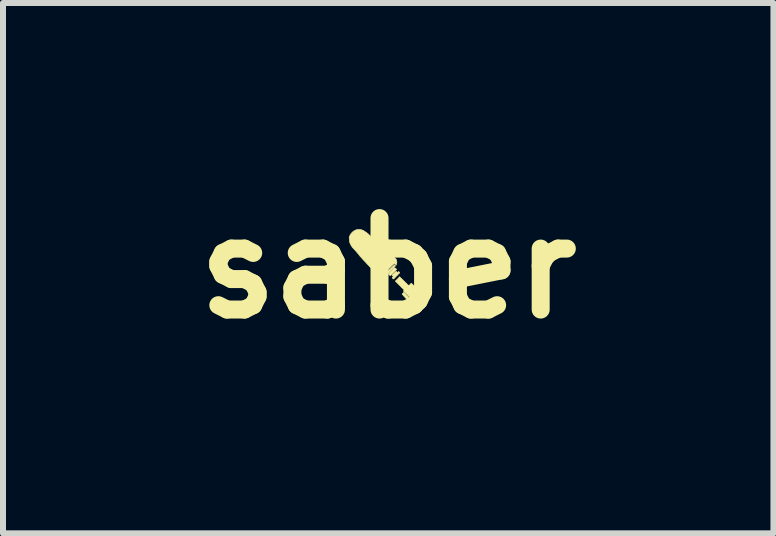
<source format=kicad_pcb>
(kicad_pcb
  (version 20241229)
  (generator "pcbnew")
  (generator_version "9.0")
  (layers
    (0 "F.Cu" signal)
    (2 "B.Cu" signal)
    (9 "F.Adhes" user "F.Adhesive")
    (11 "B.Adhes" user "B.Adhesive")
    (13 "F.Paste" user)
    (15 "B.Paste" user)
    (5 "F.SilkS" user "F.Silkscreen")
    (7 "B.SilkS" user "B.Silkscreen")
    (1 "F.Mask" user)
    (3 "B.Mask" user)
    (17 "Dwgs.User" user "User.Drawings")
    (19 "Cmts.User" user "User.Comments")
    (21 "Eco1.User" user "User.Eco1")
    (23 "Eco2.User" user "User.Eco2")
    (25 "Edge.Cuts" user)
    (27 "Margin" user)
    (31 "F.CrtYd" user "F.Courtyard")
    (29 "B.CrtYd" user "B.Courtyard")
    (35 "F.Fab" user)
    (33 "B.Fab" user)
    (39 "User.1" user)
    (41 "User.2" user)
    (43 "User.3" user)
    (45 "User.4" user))
  (footprint "saber"
    (layer "F.Cu")
    (at 3.418 1.418)
    (property "Reference" "saber" (at 0 0 0) (layer "F.SilkS") (effects (font (size 1.524 1.524) (thickness 0.3))))
    (attr through_hole)
    (fp_poly (pts (xy 0.355 0.5) (xy 0.339 0.515) (xy 0.332 0.522) (xy 0.326 0.528) (xy 0.323 0.531) (xy 0.322 0.531) (xy 0.32 0.529) (xy 0.315 0.524) (xy 0.308 0.516) (xy 0.298 0.506) (xy 0.287 0.494) (xy 0.277 0.483) (xy 0.265 0.47) (xy 0.254 0.458) (xy 0.245 0.447) (xy 0.238 0.439) (xy 0.233 0.434) (xy 0.232 0.432) (xy 0.233 0.43) (xy 0.237 0.425) (xy 0.244 0.418) (xy 0.246 0.416) (xy 0.261 0.401) (xy 0.355 0.5)) (stroke (width 0.01) (type solid)) (fill yes) (layer "F.SilkS"))
    (fp_poly (pts (xy 0.113 -0.004) (xy 0.12 0.001) (xy 0.128 0.007) (xy 0.131 0.01) (xy 0.141 0.02) (xy 0.088 0.072) (xy 0.075 0.086) (xy 0.062 0.098) (xy 0.051 0.108) (xy 0.043 0.116) (xy 0.037 0.122) (xy 0.034 0.124) (xy 0.033 0.124) (xy 0.031 0.123) (xy 0.026 0.118) (xy 0.019 0.112) (xy 0.017 0.11) (xy 0.01 0.103) (xy 0.005 0.098) (xy 0.003 0.095) (xy 0.003 0.094) (xy 0.004 0.092) (xy 0.009 0.087) (xy 0.017 0.079) (xy 0.027 0.069) (xy 0.038 0.057) (xy 0.051 0.044) (xy 0.053 0.042) (xy 0.104 -0.009) (xy 0.113 -0.004)) (stroke (width 0.01) (type solid)) (fill yes) (layer "F.SilkS"))
    (fp_poly (pts (xy 0.113 -0.047) (xy 0.122 -0.038) (xy 0.111 -0.028) (xy 0.104 -0.023) (xy 0.1 -0.018) (xy 0.099 -0.017) (xy 0.097 -0.015) (xy 0.093 -0.009) (xy 0.085 -0.002) (xy 0.076 0.008) (xy 0.065 0.019) (xy 0.052 0.031) (xy 0.039 0.044) (xy 0.026 0.057) (xy 0.014 0.07) (xy 0.002 0.082) (xy -0.009 0.092) (xy -0.018 0.101) (xy -0.025 0.107) (xy -0.028 0.111) (xy -0.029 0.112) (xy -0.031 0.11) (xy -0.036 0.107) (xy -0.04 0.104) (xy -0.046 0.099) (xy -0.05 0.096) (xy -0.051 0.094) (xy -0.049 0.092) (xy -0.044 0.087) (xy -0.036 0.079) (xy -0.026 0.069) (xy -0.013 0.057) (xy 0.001 0.043) (xy 0.016 0.028) (xy 0.032 0.013) (xy 0.048 -0.003) (xy 0.065 -0.019) (xy 0.081 -0.034) (xy 0.104 -0.057) (xy 0.113 -0.047)) (stroke (width 0.01) (type solid)) (fill yes) (layer "F.SilkS"))
    (fp_poly (pts (xy 0.142 0.062) (xy 0.154 0.074) (xy 0.163 0.064) (xy 0.168 0.059) (xy 0.172 0.057) (xy 0.175 0.057) (xy 0.178 0.06) (xy 0.184 0.065) (xy 0.189 0.07) (xy 0.19 0.072) (xy 0.19 0.074) (xy 0.189 0.076) (xy 0.187 0.079) (xy 0.184 0.084) (xy 0.178 0.091) (xy 0.169 0.1) (xy 0.158 0.111) (xy 0.144 0.126) (xy 0.141 0.128) (xy 0.09 0.181) (xy 0.08 0.173) (xy 0.076 0.17) (xy 0.079 0.17) (xy 0.082 0.169) (xy 0.085 0.165) (xy 0.088 0.161) (xy 0.088 0.16) (xy 0.086 0.162) (xy 0.083 0.165) (xy 0.08 0.169) (xy 0.079 0.17) (xy 0.076 0.17) (xy 0.071 0.167) (xy 0.067 0.162) (xy 0.066 0.158) (xy 0.069 0.155) (xy 0.075 0.15) (xy 0.087 0.141) (xy 0.061 0.118) (xy 0.096 0.084) (xy 0.131 0.051) (xy 0.142 0.062)) (stroke (width 0.01) (type solid)) (fill yes) (layer "F.SilkS"))
    (fp_poly (pts (xy 0.339 0.289) (xy 0.333 0.296) (xy 0.331 0.299) (xy 0.332 0.298) (xy 0.382 0.298) (xy 0.399 0.316) (xy 0.407 0.324) (xy 0.412 0.329) (xy 0.415 0.332) (xy 0.416 0.333) (xy 0.417 0.332) (xy 0.415 0.33) (xy 0.41 0.325) (xy 0.404 0.319) (xy 0.399 0.315) (xy 0.382 0.298) (xy 0.332 0.298) (xy 0.332 0.298) (xy 0.336 0.296) (xy 0.338 0.293) (xy 0.376 0.293) (xy 0.377 0.295) (xy 0.378 0.293) (xy 0.377 0.292) (xy 0.376 0.293) (xy 0.338 0.293) (xy 0.341 0.291) (xy 0.348 0.286) (xy 0.355 0.279) (xy 0.362 0.273) (xy 0.368 0.266) (xy 0.372 0.262) (xy 0.385 0.249) (xy 0.492 0.356) (xy 0.6 0.464) (xy 0.588 0.475) (xy 0.581 0.482) (xy 0.577 0.488) (xy 0.577 0.492) (xy 0.58 0.495) (xy 0.58 0.495) (xy 0.584 0.499) (xy 0.59 0.505) (xy 0.594 0.511) (xy 0.605 0.523) (xy 0.585 0.545) (xy 0.575 0.555) (xy 0.565 0.565) (xy 0.556 0.573) (xy 0.551 0.577) (xy 0.542 0.584) (xy 0.532 0.593) (xy 0.523 0.602) (xy 0.521 0.605) (xy 0.514 0.612) (xy 0.507 0.618) (xy 0.503 0.622) (xy 0.502 0.622) (xy 0.5 0.621) (xy 0.494 0.616) (xy 0.485 0.607) (xy 0.474 0.597) (xy 0.46 0.584) (xy 0.445 0.568) (xy 0.427 0.551) (xy 0.426 0.55) (xy 0.556 0.55) (xy 0.558 0.551) (xy 0.559 0.55) (xy 0.558 0.549) (xy 0.556 0.55) (xy 0.426 0.55) (xy 0.408 0.532) (xy 0.388 0.513) (xy 0.376 0.501) (xy 0.343 0.469) (xy 0.558 0.469) (xy 0.565 0.477) (xy 0.57 0.483) (xy 0.573 0.485) (xy 0.574 0.484) (xy 0.574 0.484) (xy 0.572 0.482) (xy 0.568 0.478) (xy 0.566 0.476) (xy 0.558 0.469) (xy 0.343 0.469) (xy 0.256 0.382) (xy 0.469 0.382) (xy 0.486 0.401) (xy 0.495 0.409) (xy 0.5 0.415) (xy 0.504 0.418) (xy 0.505 0.419) (xy 0.505 0.418) (xy 0.504 0.416) (xy 0.499 0.412) (xy 0.492 0.405) (xy 0.487 0.4) (xy 0.469 0.382) (xy 0.256 0.382) (xy 0.253 0.379) (xy 0.26 0.371) (xy 0.267 0.364) (xy 0.226 0.323) (xy 0.308 0.323) (xy 0.31 0.321) (xy 0.314 0.318) (xy 0.317 0.314) (xy 0.317 0.312) (xy 0.315 0.314) (xy 0.311 0.318) (xy 0.308 0.321) (xy 0.308 0.323) (xy 0.226 0.323) (xy 0.212 0.309) (xy 0.297 0.309) (xy 0.298 0.31) (xy 0.3 0.309) (xy 0.298 0.307) (xy 0.297 0.309) (xy 0.212 0.309) (xy 0.193 0.29) (xy 0.118 0.216) (xy 0.142 0.192) (xy 0.153 0.182) (xy 0.163 0.172) (xy 0.172 0.162) (xy 0.178 0.155) (xy 0.189 0.142) (xy 0.339 0.289)) (stroke (width 0.01) (type solid)) (fill yes) (layer "F.SilkS"))
    (fp_poly (pts (xy -0.469 -0.644) (xy -0.449 -0.64) (xy -0.44 -0.638) (xy -0.433 -0.636) (xy -0.426 -0.633) (xy -0.418 -0.629) (xy -0.409 -0.624) (xy -0.397 -0.617) (xy -0.386 -0.609) (xy -0.374 -0.601) (xy -0.364 -0.595) (xy -0.355 -0.588) (xy -0.347 -0.581) (xy -0.337 -0.573) (xy -0.327 -0.564) (xy -0.315 -0.553) (xy -0.301 -0.539) (xy -0.287 -0.525) (xy -0.272 -0.511) (xy -0.258 -0.498) (xy -0.246 -0.486) (xy -0.235 -0.476) (xy -0.227 -0.468) (xy -0.221 -0.463) (xy -0.22 -0.462) (xy -0.215 -0.458) (xy -0.208 -0.452) (xy -0.198 -0.444) (xy -0.187 -0.434) (xy -0.18 -0.428) (xy -0.153 -0.404) (xy -0.13 -0.383) (xy -0.109 -0.365) (xy -0.09 -0.348) (xy -0.073 -0.333) (xy -0.058 -0.319) (xy -0.043 -0.306) (xy -0.028 -0.293) (xy -0.013 -0.28) (xy -0.005 -0.273) (xy 0.021 -0.25) (xy 0.044 -0.23) (xy 0.063 -0.213) (xy 0.079 -0.198) (xy 0.093 -0.186) (xy 0.104 -0.176) (xy 0.113 -0.168) (xy 0.12 -0.162) (xy 0.125 -0.156) (xy 0.129 -0.152) (xy 0.132 -0.149) (xy 0.133 -0.147) (xy 0.135 -0.144) (xy 0.135 -0.142) (xy 0.136 -0.14) (xy 0.137 -0.137) (xy 0.137 -0.136) (xy 0.143 -0.113) (xy 0.144 -0.091) (xy 0.14 -0.071) (xy 0.139 -0.067) (xy 0.133 -0.05) (xy 0.126 -0.06) (xy 0.118 -0.069) (xy 0.108 -0.073) (xy 0.097 -0.073) (xy 0.096 -0.072) (xy 0.093 -0.07) (xy 0.087 -0.065) (xy 0.079 -0.057) (xy 0.068 -0.047) (xy 0.055 -0.035) (xy 0.042 -0.021) (xy 0.027 -0.007) (xy 0.012 0.007) (xy -0.003 0.022) (xy -0.017 0.036) (xy -0.031 0.05) (xy -0.043 0.062) (xy -0.053 0.072) (xy -0.06 0.08) (xy -0.065 0.085) (xy -0.066 0.087) (xy -0.068 0.093) (xy -0.067 0.1) (xy -0.067 0.1) (xy -0.065 0.107) (xy -0.06 0.112) (xy -0.054 0.116) (xy -0.047 0.121) (xy -0.044 0.124) (xy -0.044 0.127) (xy -0.048 0.128) (xy -0.062 0.13) (xy -0.081 0.13) (xy -0.105 0.127) (xy -0.113 0.126) (xy -0.135 0.122) (xy -0.154 0.117) (xy -0.167 0.112) (xy -0.188 0.103) (xy -0.243 0.045) (xy -0.277 0.009) (xy -0.307 -0.024) (xy -0.335 -0.053) (xy -0.359 -0.079) (xy -0.38 -0.102) (xy -0.399 -0.122) (xy -0.416 -0.14) (xy -0.43 -0.155) (xy -0.441 -0.168) (xy -0.451 -0.179) (xy -0.459 -0.188) (xy -0.466 -0.195) (xy -0.471 -0.201) (xy -0.475 -0.205) (xy -0.477 -0.208) (xy -0.479 -0.21) (xy -0.479 -0.212) (xy -0.479 -0.212) (xy -0.481 -0.215) (xy -0.485 -0.221) (xy -0.492 -0.229) (xy -0.501 -0.239) (xy -0.511 -0.251) (xy -0.522 -0.264) (xy -0.534 -0.278) (xy -0.545 -0.291) (xy -0.556 -0.303) (xy -0.567 -0.314) (xy -0.575 -0.324) (xy -0.582 -0.331) (xy -0.586 -0.335) (xy -0.587 -0.335) (xy -0.59 -0.337) (xy -0.594 -0.343) (xy -0.6 -0.352) (xy -0.607 -0.362) (xy -0.615 -0.373) (xy -0.621 -0.385) (xy -0.627 -0.396) (xy -0.631 -0.403) (xy -0.635 -0.413) (xy -0.639 -0.421) (xy -0.641 -0.428) (xy -0.643 -0.435) (xy -0.644 -0.444) (xy -0.646 -0.456) (xy -0.647 -0.471) (xy -0.651 -0.513) (xy -0.644 -0.532) (xy -0.633 -0.555) (xy -0.618 -0.577) (xy -0.6 -0.598) (xy -0.579 -0.615) (xy -0.556 -0.629) (xy -0.539 -0.637) (xy -0.517 -0.643) (xy -0.494 -0.645) (xy -0.469 -0.644)) (stroke (width 0.01) (type solid)) (fill yes) (layer "F.SilkS")))
  (gr_rect
    (start -3 -3)
    (end 9.836 5.836)
    (stroke (width 0.1) (type default))
    (fill no)
    (layer "Edge.Cuts")))
</source>
